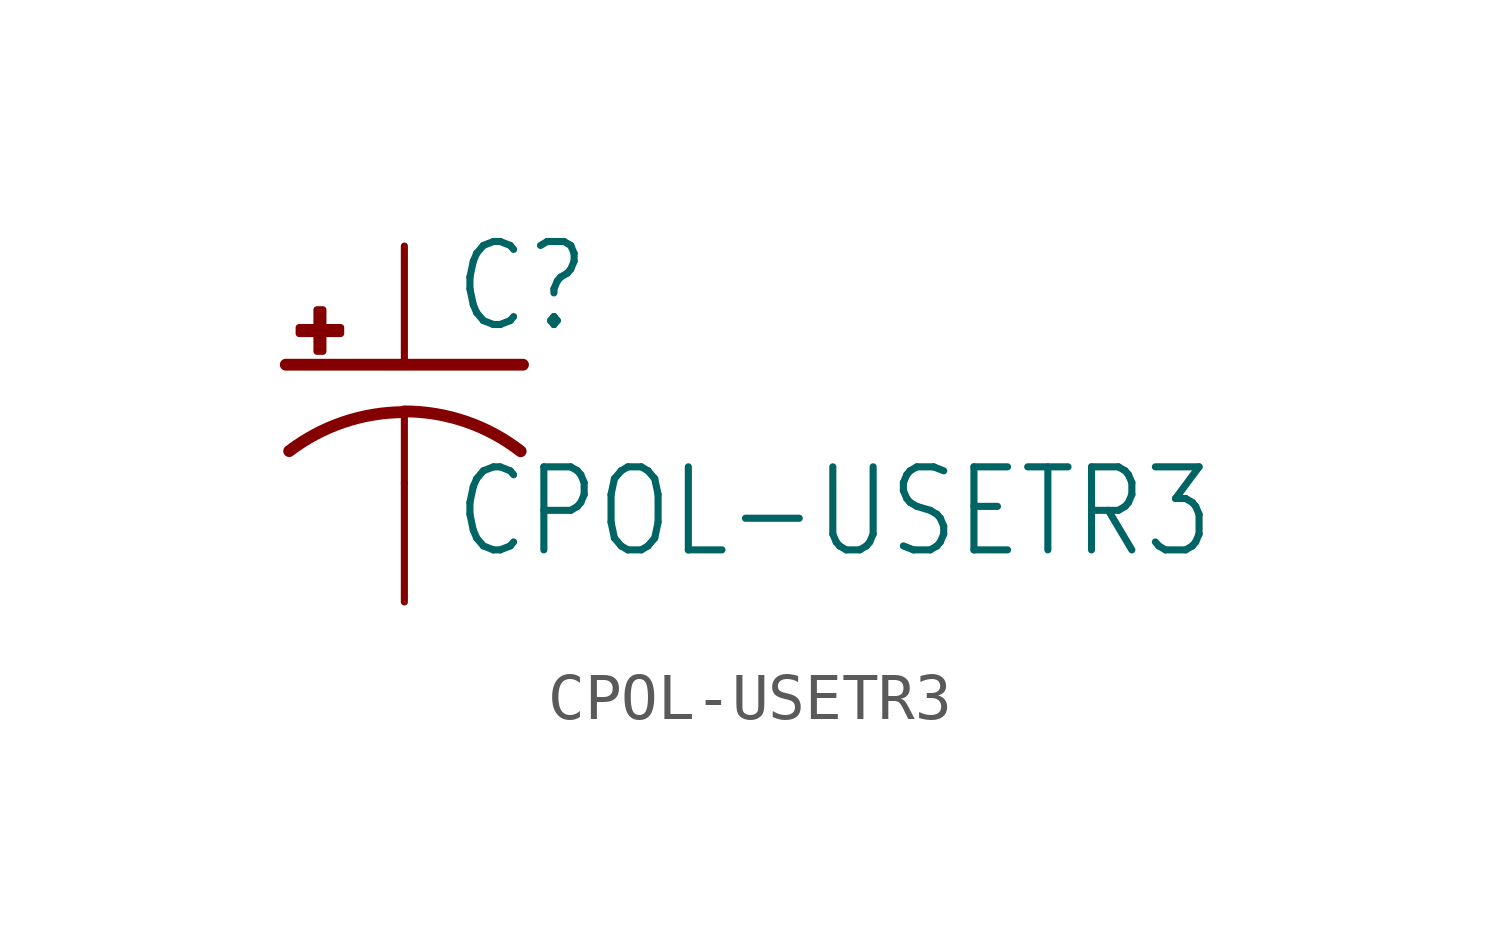
<source format=kicad_sym>
(kicad_symbol_lib
  (version 20211014)
  (generator kicad_symbol_editor)
  (symbol "CPOL-USETR3"
    (property "Reference" "C"
      (at 1.016 0.635 0)
      (effects (font (size 1.778 1.511)) (justify left bottom)))
    (property "Value" "CPOL-USETR3"
      (at 1.016 -4.191 0)
      (effects (font (size 1.778 1.511)) (justify left bottom)))
    (property "ki_locked" ""
      (at 0 0 0)
      (effects (font (size 1.27 1.27))))
    (symbol "CPOL-USETR3_1_0"
      (rectangle (start -2.253 0.668) (end -1.364 0.795) (stroke (width 0) (type default) (color 0 0 0 0)) (fill (type outline)))
      (rectangle (start -1.872 0.287) (end -1.745 1.176) (stroke (width 0) (type default) (color 0 0 0 0)) (fill (type outline)))
      (arc (start 0 -1.0161) (mid -1.3021 -1.2302) (end -2.4669 -1.8504) (stroke (width 0.254) (type default) (color 0 0 0 0)) (fill (type none)))
      (polyline (pts (xy -2.54 0) (xy 2.54 0)) (stroke (width 0.254) (type default) (color 0 0 0 0)) (fill (type none)))
      (polyline (pts (xy 0 -1.016) (xy 0 -2.54)) (stroke (width 0.152) (type default) (color 0 0 0 0)) (fill (type none)))
      (arc (start 2.4892 -1.8542) (mid 1.3158 -1.2195) (end 0 -1) (stroke (width 0.254) (type default) (color 0 0 0 0)) (fill (type none)))
      (pin passive line (at 0 2.54 270) (length 2.54) (name "+" (effects (font (size 0 0)))) (number "+" (effects (font (size 0 0)))))
      (pin passive line (at 0 -5.08 90) (length 2.54) (name "-" (effects (font (size 0 0)))) (number "-" (effects (font (size 0 0))))))))
</source>
